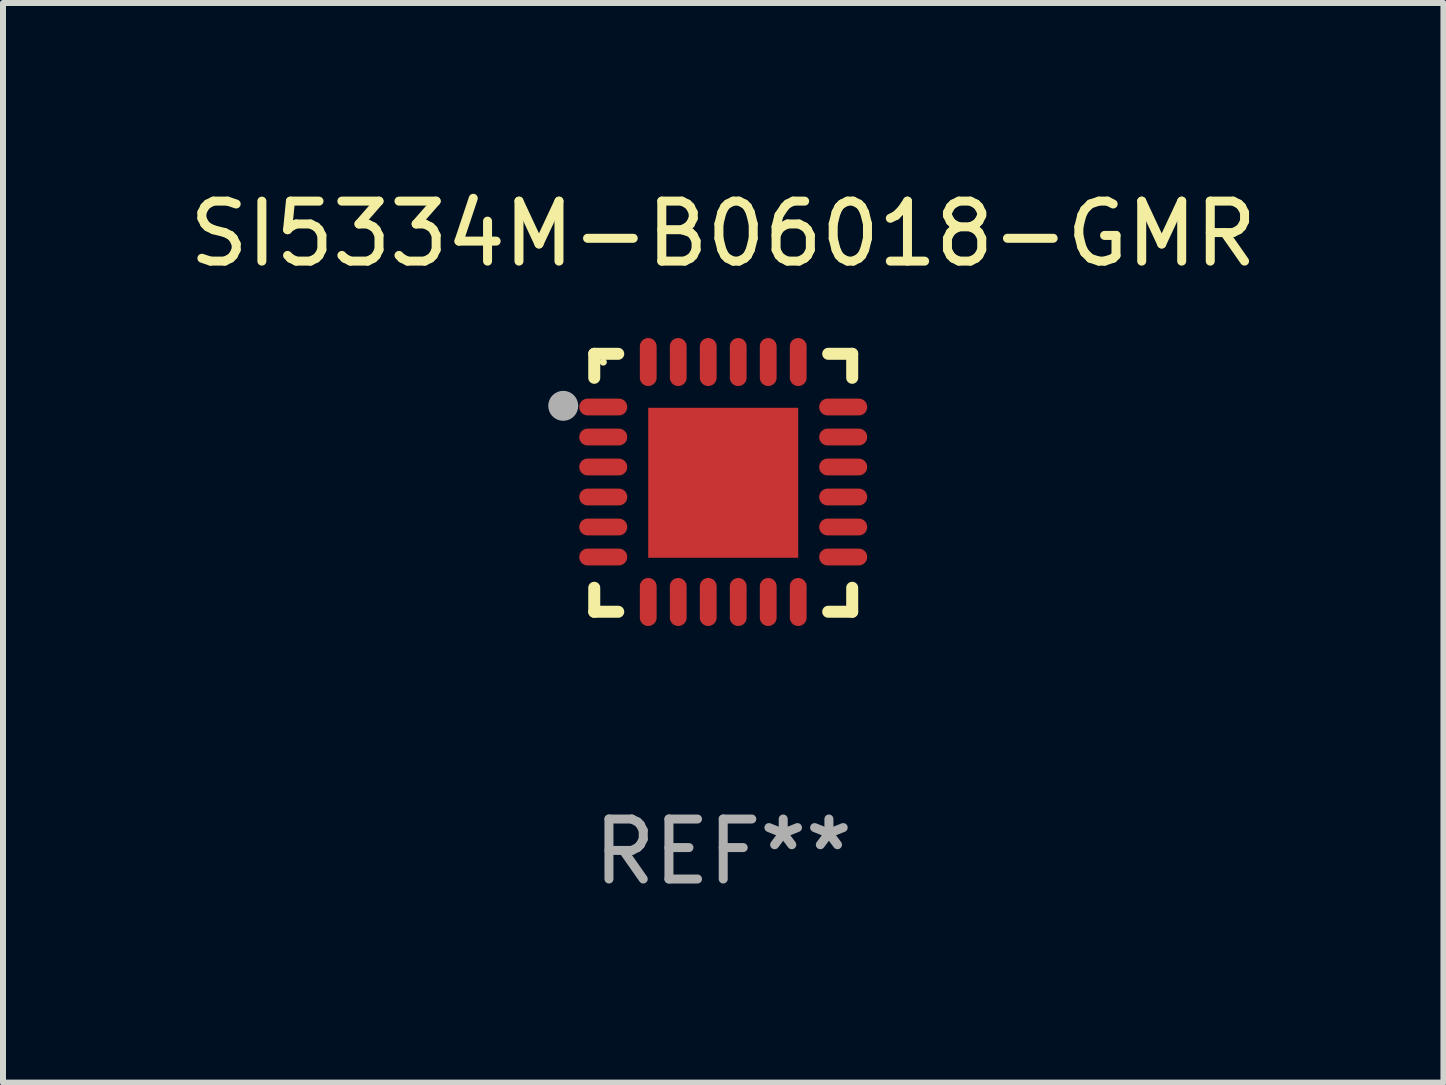
<source format=kicad_pcb>
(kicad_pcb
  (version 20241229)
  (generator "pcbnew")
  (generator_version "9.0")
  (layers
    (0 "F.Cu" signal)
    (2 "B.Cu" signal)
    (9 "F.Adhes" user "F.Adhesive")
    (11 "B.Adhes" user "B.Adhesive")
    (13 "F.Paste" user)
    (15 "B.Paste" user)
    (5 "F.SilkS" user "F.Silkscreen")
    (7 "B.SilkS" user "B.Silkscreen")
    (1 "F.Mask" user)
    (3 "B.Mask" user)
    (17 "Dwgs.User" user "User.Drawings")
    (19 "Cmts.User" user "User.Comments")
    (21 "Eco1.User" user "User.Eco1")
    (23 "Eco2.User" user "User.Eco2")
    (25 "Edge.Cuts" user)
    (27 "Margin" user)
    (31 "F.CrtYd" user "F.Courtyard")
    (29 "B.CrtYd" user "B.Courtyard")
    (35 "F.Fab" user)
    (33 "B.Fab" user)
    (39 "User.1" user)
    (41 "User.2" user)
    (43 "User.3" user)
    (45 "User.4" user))
  (footprint "SI5334M-B06018-GMR"
    (layer "F.Cu")
    (at 9.006 4.998)
    (property "Reference" "SI5334M-B06018-GMR" (at 0 -4.15 0) (layer "F.SilkS") (effects (font (size 1 1) (thickness 0.15))))
    (attr through_hole)
    (fp_line (start -2.15 -2.15) (end -1.75 -2.15) (stroke (width 0.2) (type solid)) (layer "F.SilkS"))
    (fp_line (start -2.15 -1.75) (end -2.15 -2.15) (stroke (width 0.2) (type solid)) (layer "F.SilkS"))
    (fp_line (start -2.15 2.15) (end -2.15 1.75) (stroke (width 0.2) (type solid)) (layer "F.SilkS"))
    (fp_line (start -1.75 2.15) (end -2.15 2.15) (stroke (width 0.2) (type solid)) (layer "F.SilkS"))
    (fp_line (start 1.75 -2.15) (end 2.15 -2.15) (stroke (width 0.2) (type solid)) (layer "F.SilkS"))
    (fp_line (start 1.75 2.15) (end 2.15 2.15) (stroke (width 0.2) (type solid)) (layer "F.SilkS"))
    (fp_line (start 2.15 -2.15) (end 2.15 -1.75) (stroke (width 0.2) (type solid)) (layer "F.SilkS"))
    (fp_line (start 2.15 2.15) (end 2.15 1.75) (stroke (width 0.2) (type solid)) (layer "F.SilkS"))
    (fp_circle (center -2 -2.013) (end -1.97 -2.013) (stroke (width 0.06) (type solid)) (fill no) (layer "F.SilkS"))
    (fp_circle (center -2.667 -1.283) (end -2.542 -1.283) (stroke (width 0.25) (type solid)) (fill no) (layer "F.Fab"))
    (fp_text user "REF**" (at 0 6.15 0) (layer "F.Fab") (effects (font (size 1 1) (thickness 0.15))))
    (pad "1" smd oval (at -2 -1.263) (size 0.8 0.28) (layers "F.Cu" "F.Mask" "F.Paste"))
    (pad "2" smd oval (at -2 -0.763) (size 0.8 0.28) (layers "F.Cu" "F.Mask" "F.Paste"))
    (pad "3" smd oval (at -2 -0.263) (size 0.8 0.28) (layers "F.Cu" "F.Mask" "F.Paste"))
    (pad "4" smd oval (at -2 0.237) (size 0.8 0.28) (layers "F.Cu" "F.Mask" "F.Paste"))
    (pad "5" smd oval (at -2 0.737) (size 0.8 0.28) (layers "F.Cu" "F.Mask" "F.Paste"))
    (pad "6" smd oval (at -2 1.237) (size 0.8 0.28) (layers "F.Cu" "F.Mask" "F.Paste"))
    (pad "7" smd oval (at -1.25 1.987) (size 0.28 0.8) (layers "F.Cu" "F.Mask" "F.Paste"))
    (pad "8" smd oval (at -0.75 1.987) (size 0.28 0.8) (layers "F.Cu" "F.Mask" "F.Paste"))
    (pad "9" smd oval (at -0.25 1.987) (size 0.28 0.8) (layers "F.Cu" "F.Mask" "F.Paste"))
    (pad "10" smd oval (at 0.25 1.987) (size 0.28 0.8) (layers "F.Cu" "F.Mask" "F.Paste"))
    (pad "11" smd oval (at 0.75 1.987) (size 0.28 0.8) (layers "F.Cu" "F.Mask" "F.Paste"))
    (pad "12" smd oval (at 1.25 1.987) (size 0.28 0.8) (layers "F.Cu" "F.Mask" "F.Paste"))
    (pad "13" smd oval (at 2 1.237) (size 0.8 0.28) (layers "F.Cu" "F.Mask" "F.Paste"))
    (pad "14" smd oval (at 2 0.737) (size 0.8 0.28) (layers "F.Cu" "F.Mask" "F.Paste"))
    (pad "15" smd oval (at 2 0.237) (size 0.8 0.28) (layers "F.Cu" "F.Mask" "F.Paste"))
    (pad "16" smd oval (at 2 -0.263) (size 0.8 0.28) (layers "F.Cu" "F.Mask" "F.Paste"))
    (pad "17" smd oval (at 2 -0.763) (size 0.8 0.28) (layers "F.Cu" "F.Mask" "F.Paste"))
    (pad "18" smd oval (at 2 -1.263) (size 0.8 0.28) (layers "F.Cu" "F.Mask" "F.Paste"))
    (pad "19" smd oval (at 1.25 -2.013) (size 0.28 0.8) (layers "F.Cu" "F.Mask" "F.Paste"))
    (pad "20" smd oval (at 0.75 -2.013) (size 0.28 0.8) (layers "F.Cu" "F.Mask" "F.Paste"))
    (pad "21" smd oval (at 0.25 -2.013) (size 0.28 0.8) (layers "F.Cu" "F.Mask" "F.Paste"))
    (pad "22" smd oval (at -0.25 -2.013) (size 0.28 0.8) (layers "F.Cu" "F.Mask" "F.Paste"))
    (pad "23" smd oval (at -0.75 -2.013) (size 0.28 0.8) (layers "F.Cu" "F.Mask" "F.Paste"))
    (pad "24" smd oval (at -1.25 -2.013) (size 0.28 0.8) (layers "F.Cu" "F.Mask" "F.Paste"))
    (pad "25" smd rect (at -0.000127 -0.00014) (size 2.5 2.5) (layers "F.Cu" "F.Mask" "F.Paste")))
  (gr_rect
    (start -3 -3)
    (end 21.012 14.997)
    (stroke (width 0.1) (type default))
    (fill no)
    (layer "Edge.Cuts")))
</source>
